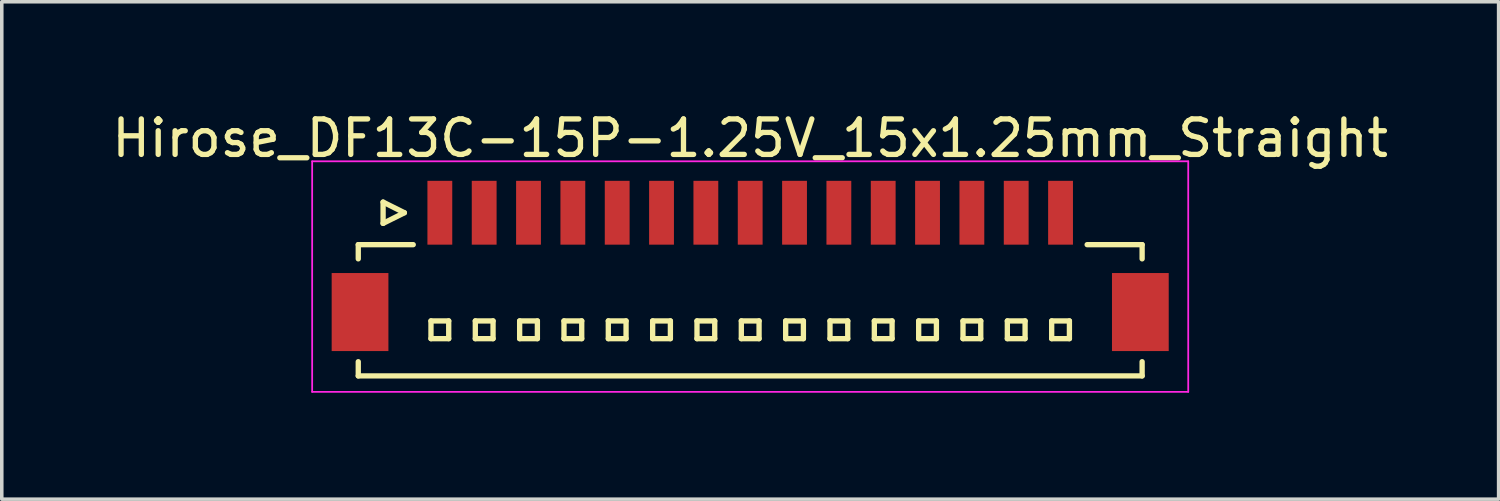
<source format=kicad_pcb>
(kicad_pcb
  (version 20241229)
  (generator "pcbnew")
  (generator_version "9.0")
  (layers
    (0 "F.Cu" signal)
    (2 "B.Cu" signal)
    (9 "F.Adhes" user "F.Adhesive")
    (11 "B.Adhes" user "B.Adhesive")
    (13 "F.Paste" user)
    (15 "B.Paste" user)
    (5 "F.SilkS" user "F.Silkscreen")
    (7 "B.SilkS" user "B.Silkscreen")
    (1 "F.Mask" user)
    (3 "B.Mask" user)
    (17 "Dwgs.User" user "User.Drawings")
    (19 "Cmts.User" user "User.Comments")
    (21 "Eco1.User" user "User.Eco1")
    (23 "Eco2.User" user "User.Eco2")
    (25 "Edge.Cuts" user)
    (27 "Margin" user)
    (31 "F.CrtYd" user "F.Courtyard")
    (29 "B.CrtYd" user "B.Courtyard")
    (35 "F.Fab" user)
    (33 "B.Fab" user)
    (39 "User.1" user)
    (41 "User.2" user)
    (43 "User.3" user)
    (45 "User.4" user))
  (footprint "Hirose_DF13C-15P-1.25V_15x1.25mm_Straight"
    (layer "F.Cu")
    (at 18.101 4.348)
    (property "Reference" "Hirose_DF13C-15P-1.25V_15x1.25mm_Straight" (at 0 -3.5 0) (layer "F.SilkS") (effects (font (size 1 1) (thickness 0.15))))
    (attr smd)
    (fp_line (start -11.05 -0.5) (end -11.05 -0.1) (stroke (width 0.15) (type solid)) (layer "F.SilkS"))
    (fp_line (start -11.05 -0.5) (end -9.5 -0.5) (stroke (width 0.15) (type solid)) (layer "F.SilkS"))
    (fp_line (start -11.05 3.2) (end -11.05 2.8) (stroke (width 0.15) (type solid)) (layer "F.SilkS"))
    (fp_line (start -11.05 3.2) (end 11.05 3.2) (stroke (width 0.15) (type solid)) (layer "F.SilkS"))
    (fp_line (start -10.35 -1.7) (end -10.35 -1.1) (stroke (width 0.15) (type solid)) (layer "F.SilkS"))
    (fp_line (start -10.35 -1.1) (end -9.75 -1.4) (stroke (width 0.15) (type solid)) (layer "F.SilkS"))
    (fp_line (start -9.75 -1.4) (end -10.35 -1.7) (stroke (width 0.15) (type solid)) (layer "F.SilkS"))
    (fp_line (start -9 1.65) (end -9 2.15) (stroke (width 0.15) (type solid)) (layer "F.SilkS"))
    (fp_line (start -9 2.15) (end -8.5 2.15) (stroke (width 0.15) (type solid)) (layer "F.SilkS"))
    (fp_line (start -8.5 1.65) (end -9 1.65) (stroke (width 0.15) (type solid)) (layer "F.SilkS"))
    (fp_line (start -8.5 2.15) (end -8.5 1.65) (stroke (width 0.15) (type solid)) (layer "F.SilkS"))
    (fp_line (start -7.75 1.65) (end -7.75 2.15) (stroke (width 0.15) (type solid)) (layer "F.SilkS"))
    (fp_line (start -7.75 2.15) (end -7.25 2.15) (stroke (width 0.15) (type solid)) (layer "F.SilkS"))
    (fp_line (start -7.25 1.65) (end -7.75 1.65) (stroke (width 0.15) (type solid)) (layer "F.SilkS"))
    (fp_line (start -7.25 2.15) (end -7.25 1.65) (stroke (width 0.15) (type solid)) (layer "F.SilkS"))
    (fp_line (start -6.5 1.65) (end -6.5 2.15) (stroke (width 0.15) (type solid)) (layer "F.SilkS"))
    (fp_line (start -6.5 2.15) (end -6 2.15) (stroke (width 0.15) (type solid)) (layer "F.SilkS"))
    (fp_line (start -6 1.65) (end -6.5 1.65) (stroke (width 0.15) (type solid)) (layer "F.SilkS"))
    (fp_line (start -6 2.15) (end -6 1.65) (stroke (width 0.15) (type solid)) (layer "F.SilkS"))
    (fp_line (start -5.25 1.65) (end -5.25 2.15) (stroke (width 0.15) (type solid)) (layer "F.SilkS"))
    (fp_line (start -5.25 2.15) (end -4.75 2.15) (stroke (width 0.15) (type solid)) (layer "F.SilkS"))
    (fp_line (start -4.75 1.65) (end -5.25 1.65) (stroke (width 0.15) (type solid)) (layer "F.SilkS"))
    (fp_line (start -4.75 2.15) (end -4.75 1.65) (stroke (width 0.15) (type solid)) (layer "F.SilkS"))
    (fp_line (start -4 1.65) (end -4 2.15) (stroke (width 0.15) (type solid)) (layer "F.SilkS"))
    (fp_line (start -4 2.15) (end -3.5 2.15) (stroke (width 0.15) (type solid)) (layer "F.SilkS"))
    (fp_line (start -3.5 1.65) (end -4 1.65) (stroke (width 0.15) (type solid)) (layer "F.SilkS"))
    (fp_line (start -3.5 2.15) (end -3.5 1.65) (stroke (width 0.15) (type solid)) (layer "F.SilkS"))
    (fp_line (start -2.75 1.65) (end -2.75 2.15) (stroke (width 0.15) (type solid)) (layer "F.SilkS"))
    (fp_line (start -2.75 2.15) (end -2.25 2.15) (stroke (width 0.15) (type solid)) (layer "F.SilkS"))
    (fp_line (start -2.25 1.65) (end -2.75 1.65) (stroke (width 0.15) (type solid)) (layer "F.SilkS"))
    (fp_line (start -2.25 2.15) (end -2.25 1.65) (stroke (width 0.15) (type solid)) (layer "F.SilkS"))
    (fp_line (start -1.5 1.65) (end -1.5 2.15) (stroke (width 0.15) (type solid)) (layer "F.SilkS"))
    (fp_line (start -1.5 2.15) (end -1 2.15) (stroke (width 0.15) (type solid)) (layer "F.SilkS"))
    (fp_line (start -1 1.65) (end -1.5 1.65) (stroke (width 0.15) (type solid)) (layer "F.SilkS"))
    (fp_line (start -1 2.15) (end -1 1.65) (stroke (width 0.15) (type solid)) (layer "F.SilkS"))
    (fp_line (start -0.25 1.65) (end -0.25 2.15) (stroke (width 0.15) (type solid)) (layer "F.SilkS"))
    (fp_line (start -0.25 2.15) (end 0.25 2.15) (stroke (width 0.15) (type solid)) (layer "F.SilkS"))
    (fp_line (start 0.25 1.65) (end -0.25 1.65) (stroke (width 0.15) (type solid)) (layer "F.SilkS"))
    (fp_line (start 0.25 2.15) (end 0.25 1.65) (stroke (width 0.15) (type solid)) (layer "F.SilkS"))
    (fp_line (start 1 1.65) (end 1 2.15) (stroke (width 0.15) (type solid)) (layer "F.SilkS"))
    (fp_line (start 1 2.15) (end 1.5 2.15) (stroke (width 0.15) (type solid)) (layer "F.SilkS"))
    (fp_line (start 1.5 1.65) (end 1 1.65) (stroke (width 0.15) (type solid)) (layer "F.SilkS"))
    (fp_line (start 1.5 2.15) (end 1.5 1.65) (stroke (width 0.15) (type solid)) (layer "F.SilkS"))
    (fp_line (start 2.25 1.65) (end 2.25 2.15) (stroke (width 0.15) (type solid)) (layer "F.SilkS"))
    (fp_line (start 2.25 2.15) (end 2.75 2.15) (stroke (width 0.15) (type solid)) (layer "F.SilkS"))
    (fp_line (start 2.75 1.65) (end 2.25 1.65) (stroke (width 0.15) (type solid)) (layer "F.SilkS"))
    (fp_line (start 2.75 2.15) (end 2.75 1.65) (stroke (width 0.15) (type solid)) (layer "F.SilkS"))
    (fp_line (start 3.5 1.65) (end 3.5 2.15) (stroke (width 0.15) (type solid)) (layer "F.SilkS"))
    (fp_line (start 3.5 2.15) (end 4 2.15) (stroke (width 0.15) (type solid)) (layer "F.SilkS"))
    (fp_line (start 4 1.65) (end 3.5 1.65) (stroke (width 0.15) (type solid)) (layer "F.SilkS"))
    (fp_line (start 4 2.15) (end 4 1.65) (stroke (width 0.15) (type solid)) (layer "F.SilkS"))
    (fp_line (start 4.75 1.65) (end 4.75 2.15) (stroke (width 0.15) (type solid)) (layer "F.SilkS"))
    (fp_line (start 4.75 2.15) (end 5.25 2.15) (stroke (width 0.15) (type solid)) (layer "F.SilkS"))
    (fp_line (start 5.25 1.65) (end 4.75 1.65) (stroke (width 0.15) (type solid)) (layer "F.SilkS"))
    (fp_line (start 5.25 2.15) (end 5.25 1.65) (stroke (width 0.15) (type solid)) (layer "F.SilkS"))
    (fp_line (start 6 1.65) (end 6 2.15) (stroke (width 0.15) (type solid)) (layer "F.SilkS"))
    (fp_line (start 6 2.15) (end 6.5 2.15) (stroke (width 0.15) (type solid)) (layer "F.SilkS"))
    (fp_line (start 6.5 1.65) (end 6 1.65) (stroke (width 0.15) (type solid)) (layer "F.SilkS"))
    (fp_line (start 6.5 2.15) (end 6.5 1.65) (stroke (width 0.15) (type solid)) (layer "F.SilkS"))
    (fp_line (start 7.25 1.65) (end 7.25 2.15) (stroke (width 0.15) (type solid)) (layer "F.SilkS"))
    (fp_line (start 7.25 2.15) (end 7.75 2.15) (stroke (width 0.15) (type solid)) (layer "F.SilkS"))
    (fp_line (start 7.75 1.65) (end 7.25 1.65) (stroke (width 0.15) (type solid)) (layer "F.SilkS"))
    (fp_line (start 7.75 2.15) (end 7.75 1.65) (stroke (width 0.15) (type solid)) (layer "F.SilkS"))
    (fp_line (start 8.5 1.65) (end 8.5 2.15) (stroke (width 0.15) (type solid)) (layer "F.SilkS"))
    (fp_line (start 8.5 2.15) (end 9 2.15) (stroke (width 0.15) (type solid)) (layer "F.SilkS"))
    (fp_line (start 9 1.65) (end 8.5 1.65) (stroke (width 0.15) (type solid)) (layer "F.SilkS"))
    (fp_line (start 9 2.15) (end 9 1.65) (stroke (width 0.15) (type solid)) (layer "F.SilkS"))
    (fp_line (start 11.05 -0.5) (end 9.5 -0.5) (stroke (width 0.15) (type solid)) (layer "F.SilkS"))
    (fp_line (start 11.05 -0.5) (end 11.05 -0.1) (stroke (width 0.15) (type solid)) (layer "F.SilkS"))
    (fp_line (start 11.05 3.2) (end 11.05 2.8) (stroke (width 0.15) (type solid)) (layer "F.SilkS"))
    (fp_line (start -12.35 -2.85) (end -12.35 3.65) (stroke (width 0.05) (type solid)) (layer "F.CrtYd"))
    (fp_line (start -12.35 3.65) (end 12.35 3.65) (stroke (width 0.05) (type solid)) (layer "F.CrtYd"))
    (fp_line (start 12.35 -2.85) (end -12.35 -2.85) (stroke (width 0.05) (type solid)) (layer "F.CrtYd"))
    (fp_line (start 12.35 3.65) (end 12.35 -2.85) (stroke (width 0.05) (type solid)) (layer "F.CrtYd"))
    (pad "" smd rect (at -11 1.4) (size 1.6 2.2) (layers "F.Cu" "F.Mask" "F.Paste"))
    (pad "" smd rect (at 11 1.4) (size 1.6 2.2) (layers "F.Cu" "F.Mask" "F.Paste"))
    (pad "1" smd rect (at -8.75 -1.4) (size 0.7 1.8) (layers "F.Cu" "F.Mask" "F.Paste"))
    (pad "2" smd rect (at -7.5 -1.4) (size 0.7 1.8) (layers "F.Cu" "F.Mask" "F.Paste"))
    (pad "3" smd rect (at -6.25 -1.4) (size 0.7 1.8) (layers "F.Cu" "F.Mask" "F.Paste"))
    (pad "4" smd rect (at -5 -1.4) (size 0.7 1.8) (layers "F.Cu" "F.Mask" "F.Paste"))
    (pad "5" smd rect (at -3.75 -1.4) (size 0.7 1.8) (layers "F.Cu" "F.Mask" "F.Paste"))
    (pad "6" smd rect (at -2.5 -1.4) (size 0.7 1.8) (layers "F.Cu" "F.Mask" "F.Paste"))
    (pad "7" smd rect (at -1.25 -1.4) (size 0.7 1.8) (layers "F.Cu" "F.Mask" "F.Paste"))
    (pad "8" smd rect (at 0 -1.4) (size 0.7 1.8) (layers "F.Cu" "F.Mask" "F.Paste"))
    (pad "9" smd rect (at 1.25 -1.4) (size 0.7 1.8) (layers "F.Cu" "F.Mask" "F.Paste"))
    (pad "10" smd rect (at 2.5 -1.4) (size 0.7 1.8) (layers "F.Cu" "F.Mask" "F.Paste"))
    (pad "11" smd rect (at 3.75 -1.4) (size 0.7 1.8) (layers "F.Cu" "F.Mask" "F.Paste"))
    (pad "12" smd rect (at 5 -1.4) (size 0.7 1.8) (layers "F.Cu" "F.Mask" "F.Paste"))
    (pad "13" smd rect (at 6.25 -1.4) (size 0.7 1.8) (layers "F.Cu" "F.Mask" "F.Paste"))
    (pad "14" smd rect (at 7.5 -1.4) (size 0.7 1.8) (layers "F.Cu" "F.Mask" "F.Paste"))
    (pad "15" smd rect (at 8.75 -1.4) (size 0.7 1.8) (layers "F.Cu" "F.Mask" "F.Paste")))
  (gr_rect
    (start -3 -3)
    (end 39.202 11.023)
    (stroke (width 0.1) (type default))
    (fill no)
    (layer "Edge.Cuts")))
</source>
